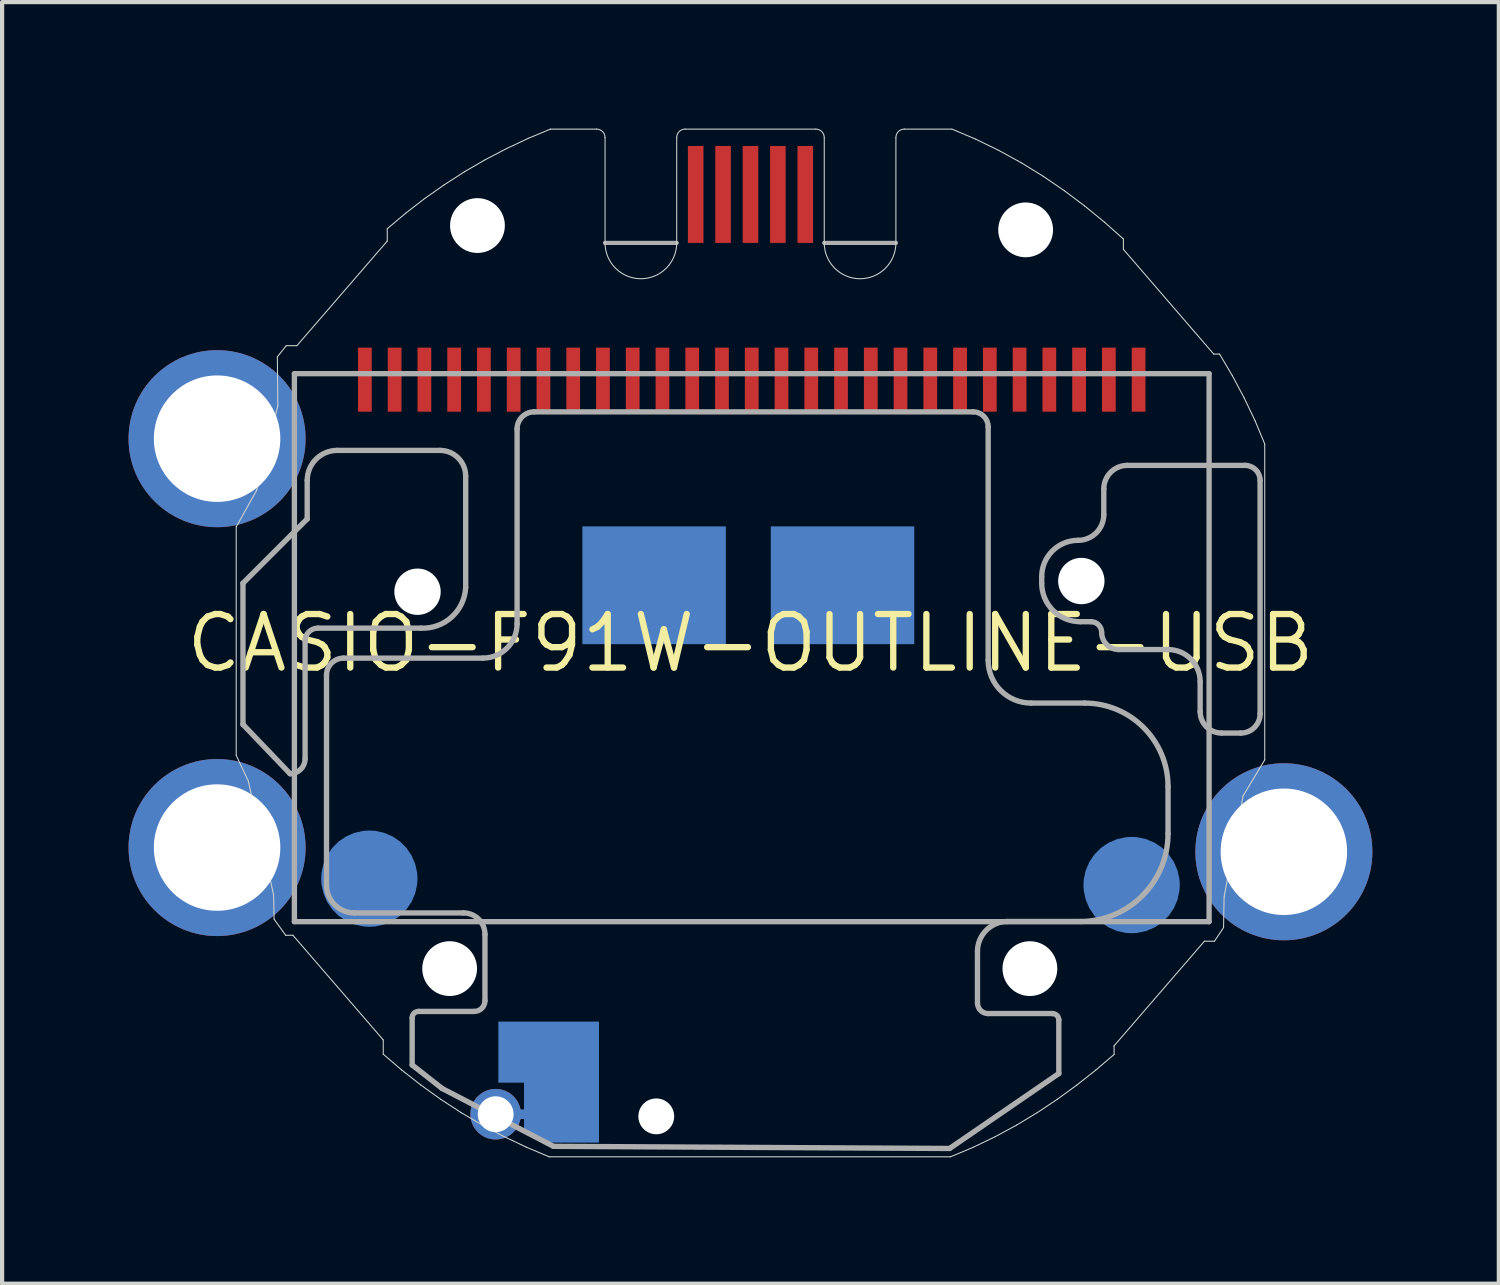
<source format=kicad_pcb>
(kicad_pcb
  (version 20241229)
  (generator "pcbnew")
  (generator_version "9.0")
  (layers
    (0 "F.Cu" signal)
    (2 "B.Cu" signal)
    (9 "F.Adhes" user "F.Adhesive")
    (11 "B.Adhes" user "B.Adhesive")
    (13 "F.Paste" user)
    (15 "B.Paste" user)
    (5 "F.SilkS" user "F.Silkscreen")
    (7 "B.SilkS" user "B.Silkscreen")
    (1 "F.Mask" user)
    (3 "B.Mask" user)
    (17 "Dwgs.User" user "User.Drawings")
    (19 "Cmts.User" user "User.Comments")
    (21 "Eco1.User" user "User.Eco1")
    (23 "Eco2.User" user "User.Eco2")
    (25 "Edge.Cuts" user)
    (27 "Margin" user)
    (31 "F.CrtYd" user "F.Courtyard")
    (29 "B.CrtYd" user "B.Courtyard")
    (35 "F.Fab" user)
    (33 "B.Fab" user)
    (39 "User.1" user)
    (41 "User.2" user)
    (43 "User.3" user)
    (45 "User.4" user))
  (footprint "CASIO-F91W-OUTLINE-USB"
    (layer "F.Cu")
    (at 14.754 12.207)
    (property "Reference" "CASIO-F91W-OUTLINE-USB" (at 0 0 0) (layer "F.SilkS") (effects (font (size 1.27 1.27) (thickness 0.15))))
    (fp_poly (pts (xy -3.594 11.849) (xy -4.957 11.849) (xy -5.372 11.589) (xy -5.372 10.427) (xy -5.981 10.427) (xy -5.981 8.979) (xy -3.594 8.979)) (stroke (width 0) (type default)) (fill yes) (layer "B.Mask"))
    (fp_line (start -12.2 -2.758) (end -11.714 -3.627) (stroke (width 0.025) (type solid)) (layer "Edge.Cuts"))
    (fp_line (start -12.2 2.664) (end -12.2 -2.758) (stroke (width 0.025) (type solid)) (layer "Edge.Cuts"))
    (fp_line (start -11.913 3.273) (end -12.2 2.664) (stroke (width 0.025) (type solid)) (layer "Edge.Cuts"))
    (fp_line (start -11.714 -3.627) (end -11.213 -5.628) (stroke (width 0.025) (type solid)) (layer "Edge.Cuts"))
    (fp_line (start -11.313 5.972) (end -11.913 3.273) (stroke (width 0.025) (type solid)) (layer "Edge.Cuts"))
    (fp_line (start -11.302 6.548) (end -11.313 5.972) (stroke (width 0.025) (type solid)) (layer "Edge.Cuts"))
    (fp_line (start -11.224 -6.793) (end -11.213 -5.628) (stroke (width 0.025) (type solid)) (layer "Edge.Cuts"))
    (fp_line (start -11.027 6.931) (end -11.302 6.548) (stroke (width 0.025) (type solid)) (layer "Edge.Cuts"))
    (fp_line (start -11.012 -7.056) (end -11.224 -6.793) (stroke (width 0.025) (type solid)) (layer "Edge.Cuts"))
    (fp_line (start -10.855 6.931) (end -11.027 6.931) (stroke (width 0.025) (type solid)) (layer "Edge.Cuts"))
    (fp_line (start -10.761 -7.056) (end -11.012 -7.056) (stroke (width 0.025) (type solid)) (layer "Edge.Cuts"))
    (fp_line (start -8.712 9.413) (end -10.855 6.931) (stroke (width 0.025) (type solid)) (layer "Edge.Cuts"))
    (fp_line (start -8.712 9.752) (end -8.712 9.413) (stroke (width 0.025) (type solid)) (layer "Edge.Cuts"))
    (fp_line (start -8.617 -9.831) (end -8.617 -9.538) (stroke (width 0.025) (type solid)) (layer "Edge.Cuts"))
    (fp_line (start -8.617 -9.538) (end -10.761 -7.056) (stroke (width 0.025) (type solid)) (layer "Edge.Cuts"))
    (fp_line (start -8.274 10.128) (end -8.712 9.752) (stroke (width 0.025) (type solid)) (layer "Edge.Cuts"))
    (fp_line (start -8.18 -10.199) (end -8.617 -9.831) (stroke (width 0.025) (type solid)) (layer "Edge.Cuts"))
    (fp_line (start -7.819 10.485) (end -8.274 10.128) (stroke (width 0.025) (type solid)) (layer "Edge.Cuts"))
    (fp_line (start -7.73 -10.548) (end -8.18 -10.199) (stroke (width 0.025) (type solid)) (layer "Edge.Cuts"))
    (fp_line (start -7.349 10.822) (end -7.819 10.485) (stroke (width 0.025) (type solid)) (layer "Edge.Cuts"))
    (fp_line (start -7.264 -10.874) (end -7.73 -10.548) (stroke (width 0.025) (type solid)) (layer "Edge.Cuts"))
    (fp_line (start -6.864 11.139) (end -7.349 10.822) (stroke (width 0.025) (type solid)) (layer "Edge.Cuts"))
    (fp_line (start -6.786 -11.182) (end -7.264 -10.874) (stroke (width 0.025) (type solid)) (layer "Edge.Cuts"))
    (fp_line (start -6.363 11.433) (end -6.864 11.139) (stroke (width 0.025) (type solid)) (layer "Edge.Cuts"))
    (fp_line (start -6.294 -11.468) (end -6.786 -11.182) (stroke (width 0.025) (type solid)) (layer "Edge.Cuts"))
    (fp_line (start -5.849 11.706) (end -6.363 11.433) (stroke (width 0.025) (type solid)) (layer "Edge.Cuts"))
    (fp_line (start -5.789 -11.731) (end -6.294 -11.468) (stroke (width 0.025) (type solid)) (layer "Edge.Cuts"))
    (fp_line (start -5.319 11.957) (end -5.849 11.706) (stroke (width 0.025) (type solid)) (layer "Edge.Cuts"))
    (fp_line (start -5.274 -11.974) (end -5.789 -11.731) (stroke (width 0.025) (type solid)) (layer "Edge.Cuts"))
    (fp_line (start -4.778 12.186) (end -5.319 11.957) (stroke (width 0.025) (type solid)) (layer "Edge.Cuts"))
    (fp_line (start -4.748 -12.194) (end -5.274 -11.974) (stroke (width 0.025) (type solid)) (layer "Edge.Cuts"))
    (fp_line (start -4.748 -12.194) (end -3.65 -12.194) (stroke (width 0.025) (type solid)) (layer "Edge.Cuts"))
    (fp_line (start -3.45 -11.994) (end -3.45 -9.494) (stroke (width 0.025) (type solid)) (layer "Edge.Cuts"))
    (fp_line (start -1.75 -11.994) (end -1.75 -9.494) (stroke (width 0.025) (type solid)) (layer "Edge.Cuts"))
    (fp_line (start -1.55 -12.194) (end 1.55 -12.194) (stroke (width 0.025) (type solid)) (layer "Edge.Cuts"))
    (fp_line (start 1.75 -11.994) (end 1.75 -9.494) (stroke (width 0.025) (type solid)) (layer "Edge.Cuts"))
    (fp_line (start 3.45 -11.994) (end 3.45 -9.494) (stroke (width 0.025) (type solid)) (layer "Edge.Cuts"))
    (fp_line (start 3.65 -12.194) (end 4.779 -12.194) (stroke (width 0.025) (type solid)) (layer "Edge.Cuts"))
    (fp_line (start 4.747 12.186) (end -4.778 12.186) (stroke (width 0.025) (type solid)) (layer "Edge.Cuts"))
    (fp_line (start 5.283 11.961) (end 4.747 12.186) (stroke (width 0.025) (type solid)) (layer "Edge.Cuts"))
    (fp_line (start 5.344 -11.955) (end 4.779 -12.194) (stroke (width 0.025) (type solid)) (layer "Edge.Cuts"))
    (fp_line (start 5.804 11.71) (end 5.283 11.961) (stroke (width 0.025) (type solid)) (layer "Edge.Cuts"))
    (fp_line (start 5.894 -11.687) (end 5.344 -11.955) (stroke (width 0.025) (type solid)) (layer "Edge.Cuts"))
    (fp_line (start 6.31 11.436) (end 5.804 11.71) (stroke (width 0.025) (type solid)) (layer "Edge.Cuts"))
    (fp_line (start 6.427 -11.394) (end 5.894 -11.687) (stroke (width 0.025) (type solid)) (layer "Edge.Cuts"))
    (fp_line (start 6.802 11.139) (end 6.31 11.436) (stroke (width 0.025) (type solid)) (layer "Edge.Cuts"))
    (fp_line (start 6.944 -11.075) (end 6.427 -11.394) (stroke (width 0.025) (type solid)) (layer "Edge.Cuts"))
    (fp_line (start 7.279 10.822) (end 6.802 11.139) (stroke (width 0.025) (type solid)) (layer "Edge.Cuts"))
    (fp_line (start 7.444 -10.734) (end 6.944 -11.075) (stroke (width 0.025) (type solid)) (layer "Edge.Cuts"))
    (fp_line (start 7.742 10.484) (end 7.279 10.822) (stroke (width 0.025) (type solid)) (layer "Edge.Cuts"))
    (fp_line (start 7.928 -10.371) (end 7.444 -10.734) (stroke (width 0.025) (type solid)) (layer "Edge.Cuts"))
    (fp_line (start 8.191 10.13) (end 7.742 10.484) (stroke (width 0.025) (type solid)) (layer "Edge.Cuts"))
    (fp_line (start 8.396 -9.988) (end 7.928 -10.371) (stroke (width 0.025) (type solid)) (layer "Edge.Cuts"))
    (fp_line (start 8.626 9.554) (end 8.626 9.759) (stroke (width 0.025) (type solid)) (layer "Edge.Cuts"))
    (fp_line (start 8.626 9.759) (end 8.191 10.13) (stroke (width 0.025) (type solid)) (layer "Edge.Cuts"))
    (fp_line (start 8.847 -9.587) (end 8.396 -9.988) (stroke (width 0.025) (type solid)) (layer "Edge.Cuts"))
    (fp_line (start 8.847 -9.341) (end 8.847 -9.587) (stroke (width 0.025) (type solid)) (layer "Edge.Cuts"))
    (fp_line (start 10.769 7.072) (end 8.626 9.554) (stroke (width 0.025) (type solid)) (layer "Edge.Cuts"))
    (fp_line (start 10.99 -6.857) (end 8.847 -9.341) (stroke (width 0.025) (type solid)) (layer "Edge.Cuts"))
    (fp_line (start 11.008 7.072) (end 10.769 7.072) (stroke (width 0.025) (type solid)) (layer "Edge.Cuts"))
    (fp_line (start 11.129 -6.857) (end 10.99 -6.857) (stroke (width 0.025) (type solid)) (layer "Edge.Cuts"))
    (fp_line (start 11.223 6.748) (end 11.008 7.072) (stroke (width 0.025) (type solid)) (layer "Edge.Cuts"))
    (fp_line (start 11.236 6.022) (end 11.223 6.748) (stroke (width 0.025) (type solid)) (layer "Edge.Cuts"))
    (fp_line (start 11.431 -6.345) (end 11.129 -6.857) (stroke (width 0.025) (type solid)) (layer "Edge.Cuts"))
    (fp_line (start 11.687 3.623) (end 11.236 6.022) (stroke (width 0.025) (type solid)) (layer "Edge.Cuts"))
    (fp_line (start 11.687 3.623) (end 12.2 2.77) (stroke (width 0.025) (type solid)) (layer "Edge.Cuts"))
    (fp_line (start 11.712 -5.818) (end 11.431 -6.345) (stroke (width 0.025) (type solid)) (layer "Edge.Cuts"))
    (fp_line (start 11.969 -5.279) (end 11.712 -5.818) (stroke (width 0.025) (type solid)) (layer "Edge.Cuts"))
    (fp_line (start 12.2 -4.724) (end 11.969 -5.279) (stroke (width 0.025) (type solid)) (layer "Edge.Cuts"))
    (fp_line (start 12.2 2.77) (end 12.2 -4.724) (stroke (width 0.025) (type solid)) (layer "Edge.Cuts"))
    (fp_arc (start -3.65 -12.19444) (mid -3.508579 -12.135861) (end -3.45 -11.99444) (stroke (width 0.025) (type solid)) (layer "Edge.Cuts"))
    (fp_arc (start -1.75 -11.99444) (mid -1.691421 -12.135861) (end -1.55 -12.19444) (stroke (width 0.025) (type solid)) (layer "Edge.Cuts"))
    (fp_arc (start -1.75 -9.49444) (mid -2.6 -8.64444) (end -3.45 -9.49444) (stroke (width 0.025) (type solid)) (layer "Edge.Cuts"))
    (fp_arc (start 1.55 -12.19444) (mid 1.691421 -12.135861) (end 1.75 -11.99444) (stroke (width 0.025) (type solid)) (layer "Edge.Cuts"))
    (fp_arc (start 3.45 -11.99444) (mid 3.508579 -12.135861) (end 3.65 -12.19444) (stroke (width 0.025) (type solid)) (layer "Edge.Cuts"))
    (fp_arc (start 3.45 -9.49444) (mid 2.6 -8.64444) (end 1.75 -9.49444) (stroke (width 0.025) (type solid)) (layer "Edge.Cuts"))
    (fp_line (start -12.04 -1.422) (end -10.516 -2.946) (stroke (width 0.127) (type solid)) (layer "F.Fab"))
    (fp_line (start -12.04 1.93) (end -12.04 -1.422) (stroke (width 0.127) (type solid)) (layer "F.Fab"))
    (fp_line (start -10.922 3.099) (end -12.04 1.93) (stroke (width 0.127) (type solid)) (layer "F.Fab"))
    (fp_line (start -10.82 -6.392) (end -10.82 6.608) (stroke (width 0.127) (type solid)) (layer "F.Fab"))
    (fp_line (start -10.82 -6.392) (end 10.88 -6.392) (stroke (width 0.127) (type solid)) (layer "F.Fab"))
    (fp_line (start -10.566 -0.051) (end -10.566 2.743) (stroke (width 0.127) (type solid)) (layer "F.Fab"))
    (fp_line (start -10.516 -2.946) (end -10.516 -3.861) (stroke (width 0.127) (type solid)) (layer "F.Fab"))
    (fp_line (start -10.058 5.74) (end -10.058 0.762) (stroke (width 0.127) (type solid)) (layer "F.Fab"))
    (fp_line (start -9.804 -4.572) (end -7.366 -4.572) (stroke (width 0.127) (type solid)) (layer "F.Fab"))
    (fp_line (start -9.652 0.356) (end -6.35 0.356) (stroke (width 0.127) (type solid)) (layer "F.Fab"))
    (fp_line (start -8.026 10.008) (end -8.026 8.89) (stroke (width 0.127) (type solid)) (layer "F.Fab"))
    (fp_line (start -7.874 8.738) (end -6.553 8.738) (stroke (width 0.127) (type solid)) (layer "F.Fab"))
    (fp_line (start -7.823 -0.356) (end -10.262 -0.356) (stroke (width 0.127) (type solid)) (layer "F.Fab"))
    (fp_line (start -7.315 10.566) (end -8.026 10.008) (stroke (width 0.127) (type solid)) (layer "F.Fab"))
    (fp_line (start -6.807 6.401) (end -9.398 6.401) (stroke (width 0.127) (type solid)) (layer "F.Fab"))
    (fp_line (start -6.756 -3.962) (end -6.756 -1.321) (stroke (width 0.127) (type solid)) (layer "F.Fab"))
    (fp_line (start -6.299 8.484) (end -6.299 6.909) (stroke (width 0.127) (type solid)) (layer "F.Fab"))
    (fp_line (start -5.537 -0.457) (end -5.537 -5.08) (stroke (width 0.127) (type solid)) (layer "F.Fab"))
    (fp_line (start -5.131 -5.486) (end 5.283 -5.486) (stroke (width 0.127) (type solid)) (layer "F.Fab"))
    (fp_line (start -4.674 11.938) (end -7.315 10.566) (stroke (width 0.127) (type solid)) (layer "F.Fab"))
    (fp_line (start -1.75 -9.494) (end -3.45 -9.494) (stroke (width 0.1) (type solid)) (layer "F.Fab"))
    (fp_line (start 1.75 -9.494) (end 3.45 -9.494) (stroke (width 0.1) (type solid)) (layer "F.Fab"))
    (fp_line (start 4.724 11.989) (end -4.674 11.938) (stroke (width 0.127) (type solid)) (layer "F.Fab"))
    (fp_line (start 5.385 7.315) (end 5.385 8.534) (stroke (width 0.127) (type solid)) (layer "F.Fab"))
    (fp_line (start 5.639 -5.131) (end 5.639 0.406) (stroke (width 0.127) (type solid)) (layer "F.Fab"))
    (fp_line (start 5.639 8.788) (end 7.163 8.788) (stroke (width 0.127) (type solid)) (layer "F.Fab"))
    (fp_line (start 6.655 1.422) (end 7.925 1.422) (stroke (width 0.127) (type solid)) (layer "F.Fab"))
    (fp_line (start 6.909 -1.575) (end 6.909 -1.422) (stroke (width 0.127) (type solid)) (layer "F.Fab"))
    (fp_line (start 7.315 8.941) (end 7.315 10.211) (stroke (width 0.127) (type solid)) (layer "F.Fab"))
    (fp_line (start 7.315 10.211) (end 4.724 11.989) (stroke (width 0.127) (type solid)) (layer "F.Fab"))
    (fp_line (start 7.823 -0.508) (end 8.077 -0.508) (stroke (width 0.127) (type solid)) (layer "F.Fab"))
    (fp_line (start 7.823 6.604) (end 6.096 6.604) (stroke (width 0.127) (type solid)) (layer "F.Fab"))
    (fp_line (start 8.382 -3.658) (end 8.382 -3.048) (stroke (width 0.127) (type solid)) (layer "F.Fab"))
    (fp_line (start 8.738 0.152) (end 9.906 0.152) (stroke (width 0.127) (type solid)) (layer "F.Fab"))
    (fp_line (start 9.906 3.404) (end 9.906 4.521) (stroke (width 0.127) (type solid)) (layer "F.Fab"))
    (fp_line (start 10.668 0.914) (end 10.668 1.626) (stroke (width 0.127) (type solid)) (layer "F.Fab"))
    (fp_line (start 10.88 -6.392) (end 10.88 6.608) (stroke (width 0.127) (type solid)) (layer "F.Fab"))
    (fp_line (start 10.88 6.608) (end -10.82 6.608) (stroke (width 0.127) (type solid)) (layer "F.Fab"))
    (fp_line (start 11.176 2.134) (end 11.633 2.134) (stroke (width 0.127) (type solid)) (layer "F.Fab"))
    (fp_line (start 11.735 -4.216) (end 8.941 -4.216) (stroke (width 0.127) (type solid)) (layer "F.Fab"))
    (fp_line (start 12.09 1.676) (end 12.09 -3.861) (stroke (width 0.127) (type solid)) (layer "F.Fab"))
    (fp_arc (start -10.566401 -0.050799) (mid -10.477127 -0.266326) (end -10.2616 -0.3556) (stroke (width 0.127) (type solid)) (layer "F.Fab"))
    (fp_arc (start -10.5664 2.7432) (mid -10.670553 2.994647) (end -10.922 3.0988) (stroke (width 0.127) (type solid)) (layer "F.Fab"))
    (fp_arc (start -10.5156 -3.8608) (mid -10.307294 -4.363694) (end -9.8044 -4.572) (stroke (width 0.127) (type solid)) (layer "F.Fab"))
    (fp_arc (start -10.0584 0.762) (mid -9.939368 0.474632) (end -9.652 0.3556) (stroke (width 0.127) (type solid)) (layer "F.Fab"))
    (fp_arc (start -9.398 6.4008) (mid -9.864973 6.207373) (end -10.0584 5.7404) (stroke (width 0.127) (type solid)) (layer "F.Fab"))
    (fp_arc (start -8.0264 8.89) (mid -7.981763 8.782237) (end -7.874 8.7376) (stroke (width 0.127) (type solid)) (layer "F.Fab"))
    (fp_arc (start -7.366 -4.572) (mid -6.934948 -4.393452) (end -6.7564 -3.9624) (stroke (width 0.127) (type solid)) (layer "F.Fab"))
    (fp_arc (start -6.8072 6.4008) (mid -6.44799 6.54959) (end -6.2992 6.9088) (stroke (width 0.127) (type solid)) (layer "F.Fab"))
    (fp_arc (start -6.7564 -1.3208) (mid -7.089901 -0.617258) (end -7.8232 -0.3556) (stroke (width 0.127) (type solid)) (layer "F.Fab"))
    (fp_arc (start -6.2992 8.4836) (mid -6.373595 8.663205) (end -6.5532 8.7376) (stroke (width 0.127) (type solid)) (layer "F.Fab"))
    (fp_arc (start -5.5372 -5.08) (mid -5.418168 -5.367368) (end -5.1308 -5.4864) (stroke (width 0.127) (type solid)) (layer "F.Fab"))
    (fp_arc (start -5.5372 -0.4572) (mid -5.775264 0.117536) (end -6.35 0.3556) (stroke (width 0.127) (type solid)) (layer "F.Fab"))
    (fp_arc (start 5.2832 -5.4864) (mid 5.534647 -5.382247) (end 5.6388 -5.1308) (stroke (width 0.127) (type solid)) (layer "F.Fab"))
    (fp_arc (start 5.3848 7.3152) (mid 5.593106 6.812306) (end 6.096 6.604) (stroke (width 0.127) (type solid)) (layer "F.Fab"))
    (fp_arc (start 5.6388 8.7884) (mid 5.459195 8.714005) (end 5.3848 8.5344) (stroke (width 0.127) (type solid)) (layer "F.Fab"))
    (fp_arc (start 6.654801 1.422399) (mid 5.93638 1.12482) (end 5.6388 0.4064) (stroke (width 0.127) (type solid)) (layer "F.Fab"))
    (fp_arc (start 6.9088 -1.5748) (mid 7.161743 -2.185457) (end 7.7724 -2.4384) (stroke (width 0.127) (type solid)) (layer "F.Fab"))
    (fp_arc (start 7.1628 8.7884) (mid 7.270563 8.833037) (end 7.3152 8.9408) (stroke (width 0.127) (type solid)) (layer "F.Fab"))
    (fp_arc (start 7.8232 -0.508) (mid 7.176622 -0.775822) (end 6.9088 -1.4224) (stroke (width 0.127) (type solid)) (layer "F.Fab"))
    (fp_arc (start 7.9248 1.4224) (mid 9.32572 2.00268) (end 9.906 3.4036) (stroke (width 0.127) (type solid)) (layer "F.Fab"))
    (fp_arc (start 8.0772 -0.508) (mid 8.256806 -0.433605) (end 8.331201 -0.253999) (stroke (width 0.127) (type solid)) (layer "F.Fab"))
    (fp_arc (start 8.382 -3.6576) (mid 8.545669 -4.052731) (end 8.9408 -4.2164) (stroke (width 0.127) (type solid)) (layer "F.Fab"))
    (fp_arc (start 8.382 -3.048) (mid 8.203452 -2.616948) (end 7.7724 -2.4384) (stroke (width 0.127) (type solid)) (layer "F.Fab"))
    (fp_arc (start 8.7376 0.1524) (mid 8.450232 0.033368) (end 8.3312 -0.254) (stroke (width 0.127) (type solid)) (layer "F.Fab"))
    (fp_arc (start 9.906 0.1524) (mid 10.444815 0.375585) (end 10.668 0.9144) (stroke (width 0.127) (type solid)) (layer "F.Fab"))
    (fp_arc (start 9.906 4.5212) (mid 9.295962 5.993962) (end 7.8232 6.604) (stroke (width 0.127) (type solid)) (layer "F.Fab"))
    (fp_arc (start 11.176 2.1336) (mid 10.81679 1.98481) (end 10.668 1.6256) (stroke (width 0.127) (type solid)) (layer "F.Fab"))
    (fp_arc (start 11.7348 -4.2164) (mid 11.986247 -4.112247) (end 12.0904 -3.8608) (stroke (width 0.127) (type solid)) (layer "F.Fab"))
    (fp_arc (start 12.0904 1.6764) (mid 11.956489 1.999689) (end 11.6332 2.1336) (stroke (width 0.127) (type solid)) (layer "F.Fab"))
    (pad "" np_thru_hole circle (at -7.899 -1.219) (size 1.1 1.1) (drill 1.1) (layers "*.Cu" "*.Mask"))
    (pad "" np_thru_hole circle (at -7.137 7.722) (size 1.3 1.3) (drill 1.3) (layers "*.Cu" "*.Mask"))
    (pad "" np_thru_hole circle (at -6.477 -9.906) (size 1.3 1.3) (drill 1.3) (layers "*.Cu" "*.Mask"))
    (pad "" np_thru_hole circle (at -2.235 11.227) (size 0.85 0.85) (drill 0.85) (layers "*.Cu" "*.Mask"))
    (pad "" np_thru_hole circle (at 6.528 -9.804) (size 1.3 1.3) (drill 1.3) (layers "*.Cu" "*.Mask"))
    (pad "" np_thru_hole circle (at 6.629 7.722) (size 1.3 1.3) (drill 1.3) (layers "*.Cu" "*.Mask"))
    (pad "" np_thru_hole circle (at 7.849 -1.473) (size 1.1 1.1) (drill 1.1) (layers "*.Cu" "*.Mask"))
    (pad "1" smd rect (at -9.148 -6.25) (size 0.326 1.52) (layers "F.Cu" "F.Mask"))
    (pad "2" smd rect (at -8.442 -6.25) (size 0.326 1.52) (layers "F.Cu" "F.Mask"))
    (pad "3" smd rect (at -7.736 -6.25) (size 0.326 1.52) (layers "F.Cu" "F.Mask"))
    (pad "4" smd rect (at -7.03 -6.25) (size 0.326 1.52) (layers "F.Cu" "F.Mask"))
    (pad "5" smd rect (at -6.324 -6.25) (size 0.326 1.52) (layers "F.Cu" "F.Mask"))
    (pad "6" smd rect (at -5.618 -6.25) (size 0.326 1.52) (layers "F.Cu" "F.Mask"))
    (pad "7" smd rect (at -4.912 -6.25) (size 0.326 1.52) (layers "F.Cu" "F.Mask"))
    (pad "8" smd rect (at -4.206 -6.25) (size 0.326 1.52) (layers "F.Cu" "F.Mask"))
    (pad "9" smd rect (at -3.5 -6.25) (size 0.326 1.52) (layers "F.Cu" "F.Mask"))
    (pad "10" smd rect (at -2.794 -6.25) (size 0.326 1.52) (layers "F.Cu" "F.Mask"))
    (pad "11" smd rect (at -2.088 -6.25) (size 0.326 1.52) (layers "F.Cu" "F.Mask"))
    (pad "12" smd rect (at -1.382 -6.25) (size 0.326 1.52) (layers "F.Cu" "F.Mask"))
    (pad "13" smd rect (at -0.676 -6.25) (size 0.326 1.52) (layers "F.Cu" "F.Mask"))
    (pad "14" smd rect (at 0.03 -6.25) (size 0.326 1.52) (layers "F.Cu" "F.Mask"))
    (pad "15" smd rect (at 0.736 -6.25) (size 0.326 1.52) (layers "F.Cu" "F.Mask"))
    (pad "16" smd rect (at 1.442 -6.25) (size 0.326 1.52) (layers "F.Cu" "F.Mask"))
    (pad "17" smd rect (at 2.148 -6.25) (size 0.326 1.52) (layers "F.Cu" "F.Mask"))
    (pad "18" smd rect (at 2.854 -6.25) (size 0.326 1.52) (layers "F.Cu" "F.Mask"))
    (pad "19" smd rect (at 3.56 -6.25) (size 0.326 1.52) (layers "F.Cu" "F.Mask"))
    (pad "20" smd rect (at 4.266 -6.25) (size 0.326 1.52) (layers "F.Cu" "F.Mask"))
    (pad "21" smd rect (at 4.972 -6.25) (size 0.326 1.52) (layers "F.Cu" "F.Mask"))
    (pad "22" smd rect (at 5.678 -6.25) (size 0.326 1.52) (layers "F.Cu" "F.Mask"))
    (pad "23" smd rect (at 6.384 -6.25) (size 0.326 1.52) (layers "F.Cu" "F.Mask"))
    (pad "24" smd rect (at 7.09 -6.25) (size 0.326 1.52) (layers "F.Cu" "F.Mask"))
    (pad "25" smd rect (at 7.796 -6.25) (size 0.326 1.52) (layers "F.Cu" "F.Mask"))
    (pad "26" smd rect (at 8.502 -6.25) (size 0.326 1.52) (layers "F.Cu" "F.Mask"))
    (pad "27" smd rect (at 9.208 -6.25) (size 0.326 1.52) (layers "F.Cu" "F.Mask"))
    (pad "ALARM" thru_hole circle (at 12.654 4.95) (size 4.2 4.2) (drill 3) (property pad_prop_castellated) (layers "*.Cu" "*.Mask"))
    (pad "BUZZER" thru_hole circle (at -6.045 11.176) (size 1.2 1.2) (drill 0.85) (property pad_prop_castellated) (layers "*.Cu" "*.Mask"))
    (pad "BUZZER" smd custom (at -4.531 10.15) (size 1.2 1.2) (layers "B.Cu" "B.Mask") (options (anchor circle)) (primitives (gr_poly (pts (xy 0.937 1.699) (xy -0.426 1.699) (xy -0.841 1.439) (xy -0.841 1.14) (xy -1.095 1.14) (xy -1.095 0.912) (xy -0.841 0.912) (xy -0.841 0.277) (xy -1.45 0.277) (xy -1.45 -1.171) (xy 0.937 -1.171)) (width 0) (fill yes))))
    (pad "GND" smd rect (at 1.3 -10.644 90) (size 2.3 0.37) (layers "F.Cu" "F.Mask"))
    (pad "GND1" smd rect (at -2.286 -1.372 180) (size 3.404 2.794) (layers "B.Cu" "B.Mask"))
    (pad "GND2" smd rect (at 2.184 -1.372 180) (size 3.404 2.794) (layers "B.Cu" "B.Mask"))
    (pad "LIGHT" thru_hole circle (at -12.654 -4.85) (size 4.2 4.2) (drill 3) (property pad_prop_castellated) (layers "*.Cu" "*.Mask"))
    (pad "MODE" thru_hole circle (at -12.654 4.85) (size 4.2 4.2) (drill 3) (property pad_prop_castellated) (layers "*.Cu" "*.Mask"))
    (pad "USB_ID" smd rect (at 0.65 -10.644 90) (size 2.3 0.37) (layers "F.Cu" "F.Mask"))
    (pad "USB_N" smd rect (at -0.65 -10.644 90) (size 2.3 0.37) (layers "F.Cu" "F.Mask"))
    (pad "USB_P" smd rect (at 0 -10.644 90) (size 2.3 0.37) (layers "F.Cu" "F.Mask"))
    (pad "VBUS" smd rect (at -1.3 -10.644 90) (size 2.3 0.37) (layers "F.Cu" "F.Mask"))
    (pad "VCC1" smd roundrect (at -9.042 5.588 180) (size 2.286 2.286) (layers "B.Cu" "B.Mask") (roundrect_rratio 0.5))
    (pad "VCC2" smd roundrect (at 9.042 5.74 180) (size 2.286 2.286) (layers "B.Cu" "B.Mask") (roundrect_rratio 0.5)))
  (gr_rect
    (start -3 -3)
    (end 32.508 27.405)
    (stroke (width 0.1) (type default))
    (fill no)
    (layer "Edge.Cuts")))
</source>
